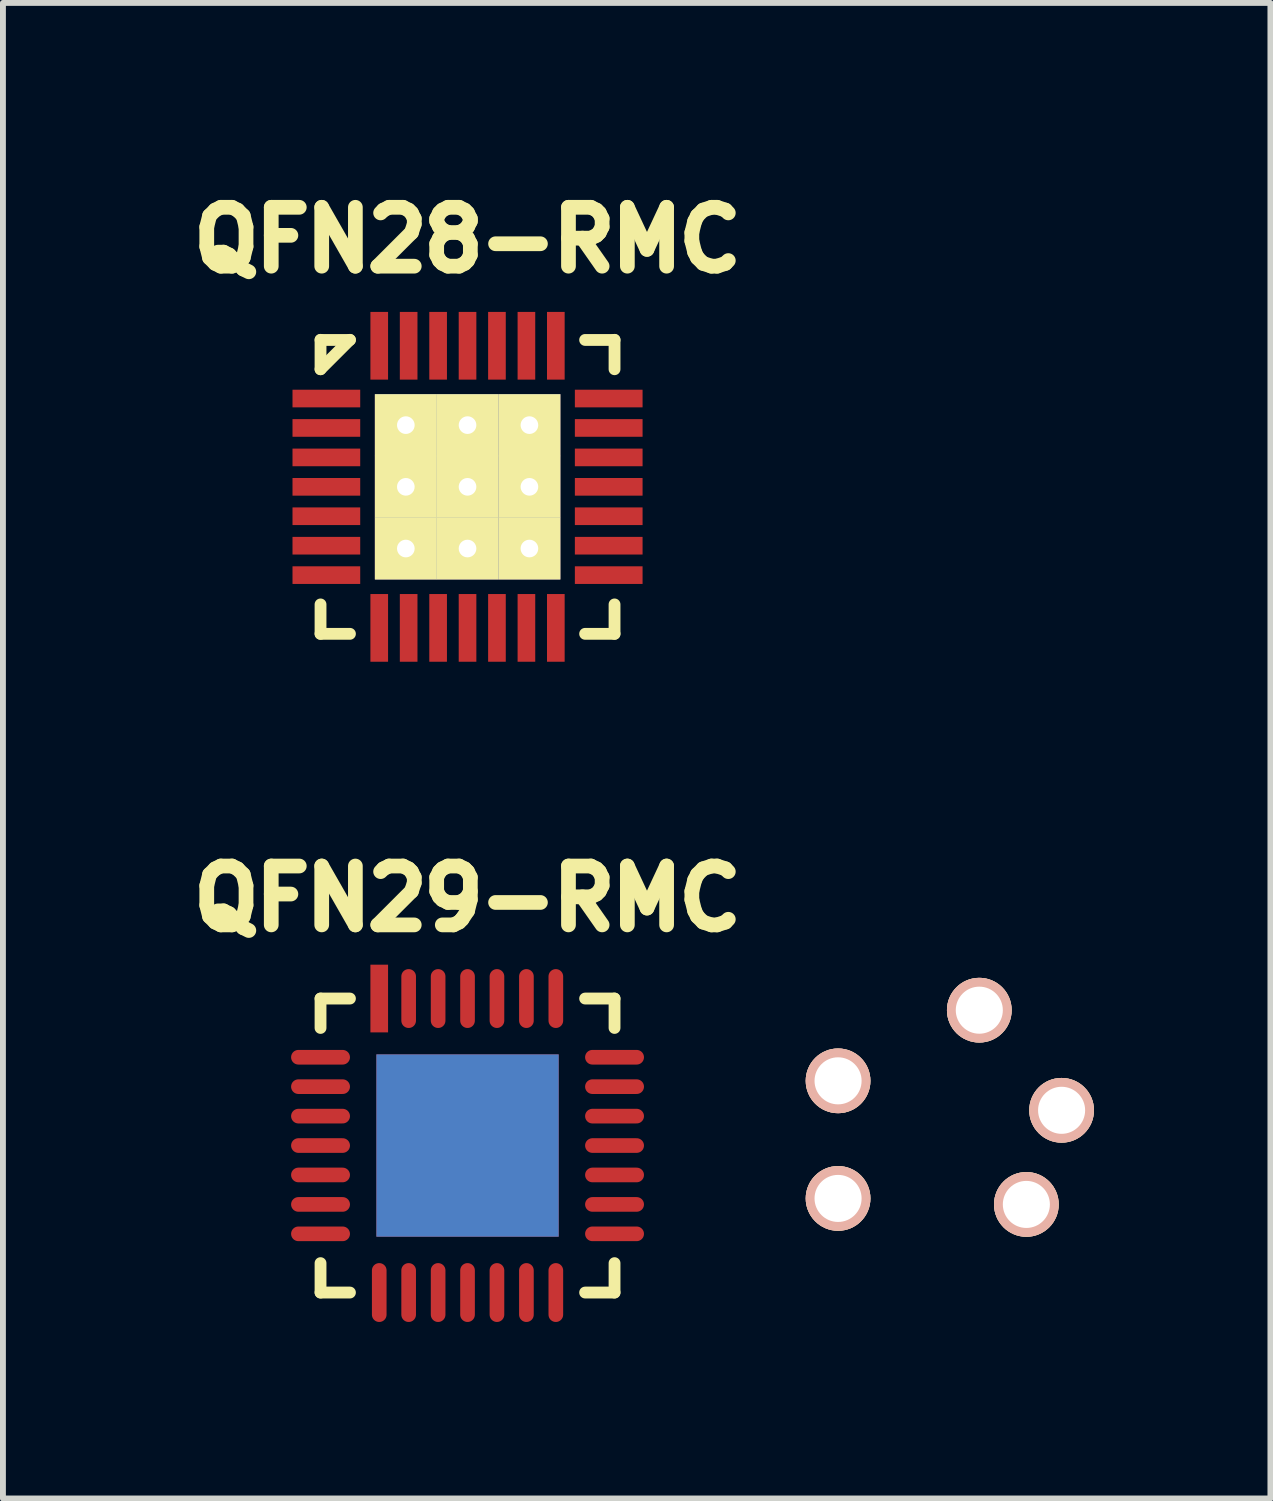
<source format=kicad_pcb>
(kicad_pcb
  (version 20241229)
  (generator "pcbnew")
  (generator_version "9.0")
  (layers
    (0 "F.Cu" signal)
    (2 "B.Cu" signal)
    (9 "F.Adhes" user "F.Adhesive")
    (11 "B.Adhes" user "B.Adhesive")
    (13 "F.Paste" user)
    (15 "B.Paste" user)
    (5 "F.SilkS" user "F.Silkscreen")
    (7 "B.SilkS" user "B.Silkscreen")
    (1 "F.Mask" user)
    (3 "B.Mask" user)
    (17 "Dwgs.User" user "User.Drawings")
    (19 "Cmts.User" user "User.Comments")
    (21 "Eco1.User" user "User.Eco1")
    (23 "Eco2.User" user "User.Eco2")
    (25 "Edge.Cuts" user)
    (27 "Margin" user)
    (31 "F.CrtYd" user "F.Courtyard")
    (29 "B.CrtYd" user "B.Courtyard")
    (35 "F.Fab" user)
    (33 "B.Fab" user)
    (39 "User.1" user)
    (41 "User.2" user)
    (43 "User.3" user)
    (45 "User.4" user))
  (footprint "QFN28-RMC"
    (layer "F.Cu")
    (at 4.898 5.226)
    (property "Reference" "QFN28-RMC" (at 0 -4.201 0) (layer "F.SilkS") (effects (font (size 1.001 1.001) (thickness 0.251))))
    (attr through_hole)
    (fp_line (start -2.499 -2.499) (end -2.499 -1.999) (stroke (width 0.201) (type solid)) (layer "F.SilkS"))
    (fp_line (start -2.499 -1.999) (end -1.999 -2.499) (stroke (width 0.201) (type solid)) (layer "F.SilkS"))
    (fp_line (start -2.499 1.999) (end -2.499 2.499) (stroke (width 0.201) (type solid)) (layer "F.SilkS"))
    (fp_line (start -2.499 2.499) (end -1.999 2.499) (stroke (width 0.201) (type solid)) (layer "F.SilkS"))
    (fp_line (start -1.999 -2.497) (end -2.499 -2.497) (stroke (width 0.201) (type solid)) (layer "F.SilkS"))
    (fp_line (start 1.999 2.499) (end 2.499 2.499) (stroke (width 0.201) (type solid)) (layer "F.SilkS"))
    (fp_line (start 2.499 -2.497) (end 1.999 -2.497) (stroke (width 0.201) (type solid)) (layer "F.SilkS"))
    (fp_line (start 2.499 -1.999) (end 2.499 -2.499) (stroke (width 0.201) (type solid)) (layer "F.SilkS"))
    (fp_line (start 2.499 2.499) (end 2.499 1.999) (stroke (width 0.201) (type solid)) (layer "F.SilkS"))
    (pad "1" smd rect (at -2.4 -1.501) (size 1.151 0.3) (layers "F.Cu" "F.Mask" "F.Paste"))
    (pad "2" smd rect (at -2.4 -1.001) (size 1.151 0.3) (layers "F.Cu" "F.Mask" "F.Paste"))
    (pad "3" smd rect (at -2.4 -0.5) (size 1.151 0.3) (layers "F.Cu" "F.Mask" "F.Paste"))
    (pad "4" smd rect (at -2.4 0) (size 1.151 0.3) (layers "F.Cu" "F.Mask" "F.Paste"))
    (pad "5" smd rect (at -2.4 0.5) (size 1.151 0.3) (layers "F.Cu" "F.Mask" "F.Paste"))
    (pad "6" smd rect (at -2.4 1.001) (size 1.151 0.3) (layers "F.Cu" "F.Mask" "F.Paste"))
    (pad "7" smd rect (at -2.4 1.501) (size 1.151 0.3) (layers "F.Cu" "F.Mask" "F.Paste"))
    (pad "8" smd rect (at -1.501 2.398 90) (size 1.151 0.3) (layers "F.Cu" "F.Mask" "F.Paste"))
    (pad "9" smd rect (at -1.001 2.398 90) (size 1.151 0.3) (layers "F.Cu" "F.Mask" "F.Paste"))
    (pad "10" smd rect (at -0.5 2.398 90) (size 1.151 0.3) (layers "F.Cu" "F.Mask" "F.Paste"))
    (pad "11" smd rect (at 0 2.398 90) (size 1.151 0.3) (layers "F.Cu" "F.Mask" "F.Paste"))
    (pad "12" smd rect (at 0.5 2.398 90) (size 1.151 0.3) (layers "F.Cu" "F.Mask" "F.Paste"))
    (pad "13" smd rect (at 1.001 2.398 90) (size 1.151 0.3) (layers "F.Cu" "F.Mask" "F.Paste"))
    (pad "14" smd rect (at 1.501 2.398 90) (size 1.151 0.3) (layers "F.Cu" "F.Mask" "F.Paste"))
    (pad "15" smd rect (at 2.4 1.501 180) (size 1.151 0.3) (layers "F.Cu" "F.Mask" "F.Paste"))
    (pad "16" smd rect (at 2.4 1.001 180) (size 1.151 0.3) (layers "F.Cu" "F.Mask" "F.Paste"))
    (pad "17" smd rect (at 2.4 0.5 180) (size 1.151 0.3) (layers "F.Cu" "F.Mask" "F.Paste"))
    (pad "18" smd rect (at 2.4 0 180) (size 1.151 0.3) (layers "F.Cu" "F.Mask" "F.Paste"))
    (pad "19" smd rect (at 2.4 -0.5 180) (size 1.151 0.3) (layers "F.Cu" "F.Mask" "F.Paste"))
    (pad "20" smd rect (at 2.4 -1.001 180) (size 1.151 0.3) (layers "F.Cu" "F.Mask" "F.Paste"))
    (pad "21" smd rect (at 2.4 -1.501 180) (size 1.151 0.3) (layers "F.Cu" "F.Mask" "F.Paste"))
    (pad "22" smd rect (at 1.501 -2.398 270) (size 1.151 0.3) (layers "F.Cu" "F.Mask" "F.Paste"))
    (pad "23" smd rect (at 1.001 -2.398 270) (size 1.151 0.3) (layers "F.Cu" "F.Mask" "F.Paste"))
    (pad "24" smd rect (at 0.5 -2.398 270) (size 1.151 0.3) (layers "F.Cu" "F.Mask" "F.Paste"))
    (pad "25" smd rect (at 0 -2.398 270) (size 1.151 0.3) (layers "F.Cu" "F.Mask" "F.Paste"))
    (pad "26" smd rect (at -0.5 -2.398 270) (size 1.151 0.3) (layers "F.Cu" "F.Mask" "F.Paste"))
    (pad "27" smd rect (at -1.001 -2.398 270) (size 1.151 0.3) (layers "F.Cu" "F.Mask" "F.Paste"))
    (pad "28" smd rect (at -1.501 -2.398 270) (size 1.151 0.3) (layers "F.Cu" "F.Mask" "F.Paste"))
    (pad "29" thru_hole rect (at -1.049 -1.049 270) (size 1.052 1.052) (drill 0.3) (layers "*.Cu" "*.Mask" "F.SilkS"))
    (pad "29" thru_hole rect (at -1.049 0 270) (size 1.052 1.052) (drill 0.3) (layers "*.Cu" "*.Mask" "F.SilkS"))
    (pad "29" thru_hole rect (at -1.049 1.049 270) (size 1.052 1.052) (drill 0.3) (layers "*.Cu" "*.Mask" "F.SilkS"))
    (pad "29" thru_hole rect (at 0 -1.049 270) (size 1.052 1.052) (drill 0.3) (layers "*.Cu" "*.Mask" "F.SilkS"))
    (pad "29" thru_hole rect (at 0 0 270) (size 1.052 1.052) (drill 0.3) (layers "*.Cu" "*.Mask" "F.SilkS"))
    (pad "29" thru_hole rect (at 0 1.049 270) (size 1.052 1.052) (drill 0.3) (layers "*.Cu" "*.Mask" "F.SilkS"))
    (pad "29" thru_hole rect (at 1.052 -1.049 270) (size 1.052 1.052) (drill 0.3) (layers "*.Cu" "*.Mask" "F.SilkS"))
    (pad "29" thru_hole rect (at 1.052 0 270) (size 1.052 1.052) (drill 0.3) (layers "*.Cu" "*.Mask" "F.SilkS"))
    (pad "29" thru_hole rect (at 1.052 1.049 270) (size 1.052 1.052) (drill 0.3) (layers "*.Cu" "*.Mask" "F.SilkS")))
  (footprint "QFN29-RMC"
    (layer "F.Cu")
    (at 4.898 16.424)
    (property "Reference" "QFN29-RMC" (at 0 -4.201 0) (layer "F.SilkS") (effects (font (size 1.001 1.001) (thickness 0.251))))
    (attr through_hole)
    (fp_line (start -2.499 -2.499) (end -2.499 -1.999) (stroke (width 0.201) (type solid)) (layer "F.SilkS"))
    (fp_line (start -2.499 1.999) (end -2.499 2.499) (stroke (width 0.201) (type solid)) (layer "F.SilkS"))
    (fp_line (start -2.499 2.499) (end -1.999 2.499) (stroke (width 0.201) (type solid)) (layer "F.SilkS"))
    (fp_line (start -1.999 -2.499) (end -2.499 -2.499) (stroke (width 0.201) (type solid)) (layer "F.SilkS"))
    (fp_line (start 1.999 2.499) (end 2.499 2.499) (stroke (width 0.201) (type solid)) (layer "F.SilkS"))
    (fp_line (start 2.499 -2.499) (end 1.999 -2.499) (stroke (width 0.201) (type solid)) (layer "F.SilkS"))
    (fp_line (start 2.499 -1.999) (end 2.499 -2.499) (stroke (width 0.201) (type solid)) (layer "F.SilkS"))
    (fp_line (start 2.499 2.499) (end 2.499 1.999) (stroke (width 0.201) (type solid)) (layer "F.SilkS"))
    (pad "" np_thru_hole circle (at 6.299 -1.1 270) (size 1.1 1.1) (drill 0.8) (layers "*.Cu" "*.SilkS" "*.Mask"))
    (pad "" np_thru_hole circle (at 6.299 0.899 270) (size 1.1 1.1) (drill 0.8) (layers "*.Cu" "*.SilkS" "*.Mask"))
    (pad "" np_thru_hole circle (at 8.7 -2.301 270) (size 1.1 1.1) (drill 0.8) (layers "*.Cu" "*.SilkS" "*.Mask"))
    (pad "" np_thru_hole circle (at 9.5 1.001 270) (size 1.1 1.1) (drill 0.8) (layers "*.Cu" "*.SilkS" "*.Mask"))
    (pad "" np_thru_hole circle (at 10.099 -0.599 270) (size 1.1 1.1) (drill 0.8) (layers "*.Cu" "*.SilkS" "*.Mask"))
    (pad "1" smd oval (at -2.499 -1.501) (size 1.001 0.249) (layers "F.Cu" "F.Mask" "F.Paste"))
    (pad "2" smd oval (at -2.499 -1.001) (size 1.001 0.249) (layers "F.Cu" "F.Mask" "F.Paste"))
    (pad "3" smd oval (at -2.499 -0.5) (size 1.001 0.249) (layers "F.Cu" "F.Mask" "F.Paste"))
    (pad "4" smd oval (at -2.499 0) (size 1.001 0.249) (layers "F.Cu" "F.Mask" "F.Paste"))
    (pad "5" smd oval (at -2.499 0.5) (size 1.001 0.249) (layers "F.Cu" "F.Mask" "F.Paste"))
    (pad "6" smd oval (at -2.499 1.001) (size 1.001 0.249) (layers "F.Cu" "F.Mask" "F.Paste"))
    (pad "7" smd oval (at -2.499 1.501) (size 1.001 0.249) (layers "F.Cu" "F.Mask" "F.Paste"))
    (pad "8" smd oval (at -1.501 2.499 90) (size 1.001 0.249) (layers "F.Cu" "F.Mask" "F.Paste"))
    (pad "9" smd oval (at -1.001 2.499 90) (size 1.001 0.249) (layers "F.Cu" "F.Mask" "F.Paste"))
    (pad "10" smd oval (at -0.5 2.499 90) (size 1.001 0.249) (layers "F.Cu" "F.Mask" "F.Paste"))
    (pad "11" smd oval (at 0 2.499 90) (size 1.001 0.249) (layers "F.Cu" "F.Mask" "F.Paste"))
    (pad "12" smd oval (at 0.5 2.499 90) (size 1.001 0.249) (layers "F.Cu" "F.Mask" "F.Paste"))
    (pad "13" smd oval (at 1.001 2.499 90) (size 1.001 0.249) (layers "F.Cu" "F.Mask" "F.Paste"))
    (pad "14" smd oval (at 1.501 2.499 90) (size 1.001 0.249) (layers "F.Cu" "F.Mask" "F.Paste"))
    (pad "15" smd oval (at 2.499 1.501 180) (size 1.001 0.249) (layers "F.Cu" "F.Mask" "F.Paste"))
    (pad "16" smd oval (at 2.499 1.001 180) (size 1.001 0.249) (layers "F.Cu" "F.Mask" "F.Paste"))
    (pad "17" smd oval (at 2.499 0.5 180) (size 1.001 0.249) (layers "F.Cu" "F.Mask" "F.Paste"))
    (pad "18" smd oval (at 2.499 0 180) (size 1.001 0.249) (layers "F.Cu" "F.Mask" "F.Paste"))
    (pad "19" smd oval (at 2.499 -0.5 180) (size 1.001 0.249) (layers "F.Cu" "F.Mask" "F.Paste"))
    (pad "20" smd oval (at 2.499 -1.001 180) (size 1.001 0.249) (layers "F.Cu" "F.Mask" "F.Paste"))
    (pad "21" smd oval (at 2.499 -1.501 180) (size 1.001 0.249) (layers "F.Cu" "F.Mask" "F.Paste"))
    (pad "22" smd oval (at 1.501 -2.499 270) (size 1.001 0.249) (layers "F.Cu" "F.Mask" "F.Paste"))
    (pad "23" smd oval (at 1.001 -2.499 270) (size 1.001 0.249) (layers "F.Cu" "F.Mask" "F.Paste"))
    (pad "24" smd oval (at 0.5 -2.499 270) (size 1.001 0.249) (layers "F.Cu" "F.Mask" "F.Paste"))
    (pad "25" smd oval (at 0 -2.499 270) (size 1.001 0.249) (layers "F.Cu" "F.Mask" "F.Paste"))
    (pad "26" smd oval (at -0.5 -2.499 270) (size 1.001 0.249) (layers "F.Cu" "F.Mask" "F.Paste"))
    (pad "27" smd oval (at -1.001 -2.499 270) (size 1.001 0.249) (layers "F.Cu" "F.Mask" "F.Paste"))
    (pad "28" smd rect (at -1.501 -2.499 270) (size 1.151 0.3) (layers "F.Cu" "F.Mask" "F.Paste"))
    (pad "29" smd rect (at 0 0 270) (size 3.099 3.099) (layers "*.Cu" "F.Mask" "F.Paste")))
  (gr_rect
    (start -3 -3)
    (end 18.547 22.424)
    (stroke (width 0.1) (type default))
    (fill no)
    (layer "Edge.Cuts")))
</source>
